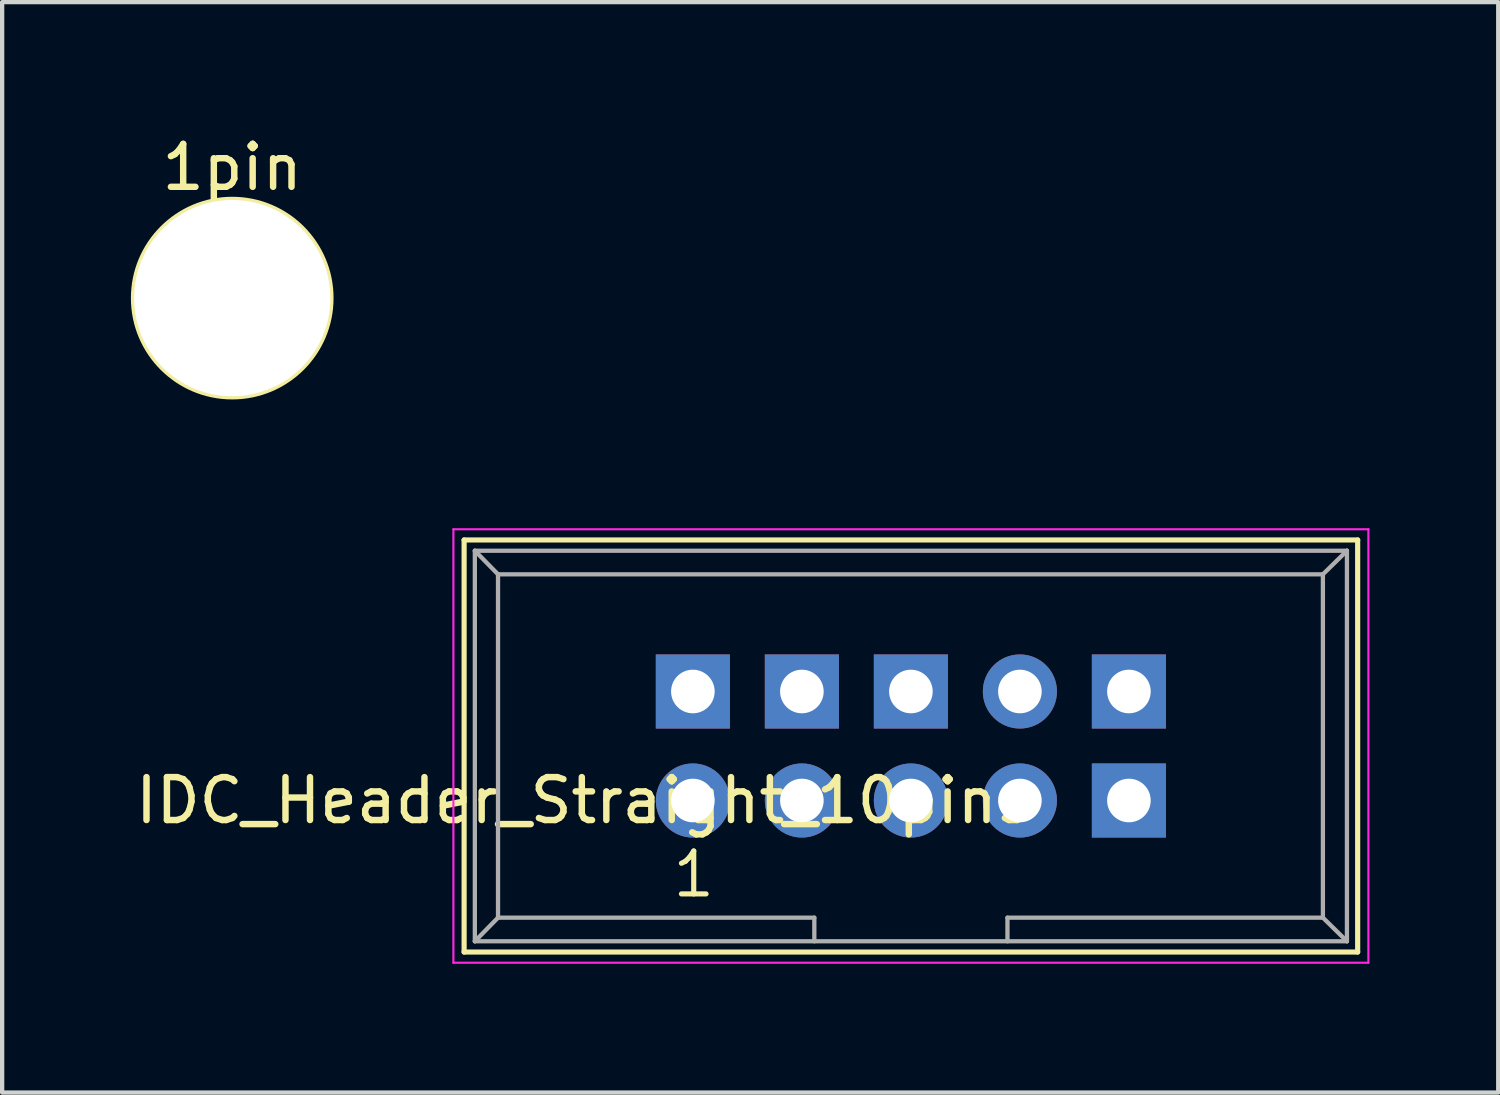
<source format=kicad_pcb>
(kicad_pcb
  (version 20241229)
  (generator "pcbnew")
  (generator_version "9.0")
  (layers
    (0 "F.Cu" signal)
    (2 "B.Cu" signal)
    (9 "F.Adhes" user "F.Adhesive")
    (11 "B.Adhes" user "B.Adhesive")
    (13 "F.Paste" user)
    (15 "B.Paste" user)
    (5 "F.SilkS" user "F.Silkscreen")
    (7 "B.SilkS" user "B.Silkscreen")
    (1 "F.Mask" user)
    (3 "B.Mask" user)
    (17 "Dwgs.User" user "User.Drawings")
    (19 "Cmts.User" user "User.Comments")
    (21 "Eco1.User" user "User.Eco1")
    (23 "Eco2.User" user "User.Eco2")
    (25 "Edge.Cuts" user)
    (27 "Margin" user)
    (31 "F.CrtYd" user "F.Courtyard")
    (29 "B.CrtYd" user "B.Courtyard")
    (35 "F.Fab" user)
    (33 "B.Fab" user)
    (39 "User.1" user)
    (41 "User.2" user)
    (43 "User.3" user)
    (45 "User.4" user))
  (footprint "IDC_Header_Straight_10pins"
    (layer "F.Cu")
    (at 13.094 15.602)
    (property "Reference" "IDC_Header_Straight_10pins" (at -2.54 0 0) (layer "F.SilkS") (effects (font (size 1 1) (thickness 0.15))))
    (attr through_hole)
    (fp_line (start -5.33 -6.07) (end 15.49 -6.07) (stroke (width 0.12) (type solid)) (layer "F.SilkS"))
    (fp_line (start -5.33 3.53) (end -5.33 -6.07) (stroke (width 0.12) (type solid)) (layer "F.SilkS"))
    (fp_line (start 15.49 -6.07) (end 15.49 3.53) (stroke (width 0.12) (type solid)) (layer "F.SilkS"))
    (fp_line (start 15.49 3.53) (end -5.33 3.53) (stroke (width 0.12) (type solid)) (layer "F.SilkS"))
    (fp_line (start -5.58 -6.32) (end 15.74 -6.32) (stroke (width 0.05) (type solid)) (layer "F.CrtYd"))
    (fp_line (start -5.58 3.78) (end -5.58 -6.32) (stroke (width 0.05) (type solid)) (layer "F.CrtYd"))
    (fp_line (start 15.74 -6.32) (end 15.74 3.78) (stroke (width 0.05) (type solid)) (layer "F.CrtYd"))
    (fp_line (start 15.74 3.78) (end -5.58 3.78) (stroke (width 0.05) (type solid)) (layer "F.CrtYd"))
    (fp_line (start -5.08 -5.82) (end -5.08 3.28) (stroke (width 0.1) (type solid)) (layer "F.Fab"))
    (fp_line (start -5.08 -5.82) (end -4.54 -5.27) (stroke (width 0.1) (type solid)) (layer "F.Fab"))
    (fp_line (start -5.08 -5.82) (end 15.24 -5.82) (stroke (width 0.1) (type solid)) (layer "F.Fab"))
    (fp_line (start -5.08 3.28) (end -4.54 2.73) (stroke (width 0.1) (type solid)) (layer "F.Fab"))
    (fp_line (start -5.08 3.28) (end 15.24 3.28) (stroke (width 0.1) (type solid)) (layer "F.Fab"))
    (fp_line (start -4.54 -5.27) (end -4.54 2.73) (stroke (width 0.1) (type solid)) (layer "F.Fab"))
    (fp_line (start -4.54 -5.27) (end 14.68 -5.27) (stroke (width 0.1) (type solid)) (layer "F.Fab"))
    (fp_line (start -4.54 2.73) (end 2.83 2.73) (stroke (width 0.1) (type solid)) (layer "F.Fab"))
    (fp_line (start 2.83 2.73) (end 2.83 3.28) (stroke (width 0.1) (type solid)) (layer "F.Fab"))
    (fp_line (start 7.33 2.73) (end 7.33 3.28) (stroke (width 0.1) (type solid)) (layer "F.Fab"))
    (fp_line (start 7.33 2.73) (end 14.68 2.73) (stroke (width 0.1) (type solid)) (layer "F.Fab"))
    (fp_line (start 14.68 -5.27) (end 14.68 2.73) (stroke (width 0.1) (type solid)) (layer "F.Fab"))
    (fp_line (start 15.24 -5.82) (end 14.68 -5.27) (stroke (width 0.1) (type solid)) (layer "F.Fab"))
    (fp_line (start 15.24 -5.82) (end 15.24 3.28) (stroke (width 0.1) (type solid)) (layer "F.Fab"))
    (fp_line (start 15.24 3.28) (end 14.68 2.73) (stroke (width 0.1) (type solid)) (layer "F.Fab"))
    (fp_text user "1" (at 0.02 1.72 0) (layer "F.SilkS") (effects (font (size 1 1) (thickness 0.12))))
    (pad "1" thru_hole circle (at 0 0) (size 1.727 1.727) (drill 1.016) (layers "*.Cu" "*.Mask"))
    (pad "2" thru_hole rect (at 0 -2.54) (size 1.727 1.727) (drill 1.016) (layers "*.Cu" "*.Mask"))
    (pad "3" thru_hole oval (at 2.54 0) (size 1.727 1.727) (drill 1.016) (layers "*.Cu" "*.Mask"))
    (pad "4" thru_hole rect (at 2.54 -2.54) (size 1.727 1.727) (drill 1.016) (layers "*.Cu" "*.Mask"))
    (pad "5" thru_hole oval (at 5.08 0) (size 1.727 1.727) (drill 1.016) (layers "*.Cu" "*.Mask"))
    (pad "6" thru_hole rect (at 5.08 -2.54) (size 1.727 1.727) (drill 1.016) (layers "*.Cu" "*.Mask"))
    (pad "7" thru_hole oval (at 7.62 0) (size 1.727 1.727) (drill 1.016) (layers "*.Cu" "*.Mask"))
    (pad "8" thru_hole circle (at 7.62 -2.54) (size 1.727 1.727) (drill 1.016) (layers "*.Cu" "*.Mask"))
    (pad "9" thru_hole rect (at 10.16 0) (size 1.727 1.727) (drill 1.016) (layers "*.Cu" "*.Mask"))
    (pad "10" thru_hole rect (at 10.16 -2.54) (size 1.727 1.727) (drill 1.016) (layers "*.Cu" "*.Mask")))
  (footprint "1pin"
    (layer "F.Cu")
    (at 2.361 3.896)
    (property "Reference" "1pin" (at 0 -3.048 0) (layer "F.SilkS") (effects (font (size 1 1) (thickness 0.15))))
    (attr through_hole)
    (fp_circle (center 0 0) (end 0 -2.286) (stroke (width 0.15) (type solid)) (fill no) (layer "F.SilkS"))
    (pad "1" thru_hole circle (at 0 0) (size 4.572 4.572) (drill 4.572) (layers "*.Cu")))
  (gr_rect
    (start -3 -3)
    (end 31.859 22.407)
    (stroke (width 0.1) (type default))
    (fill no)
    (layer "Edge.Cuts")))
</source>
